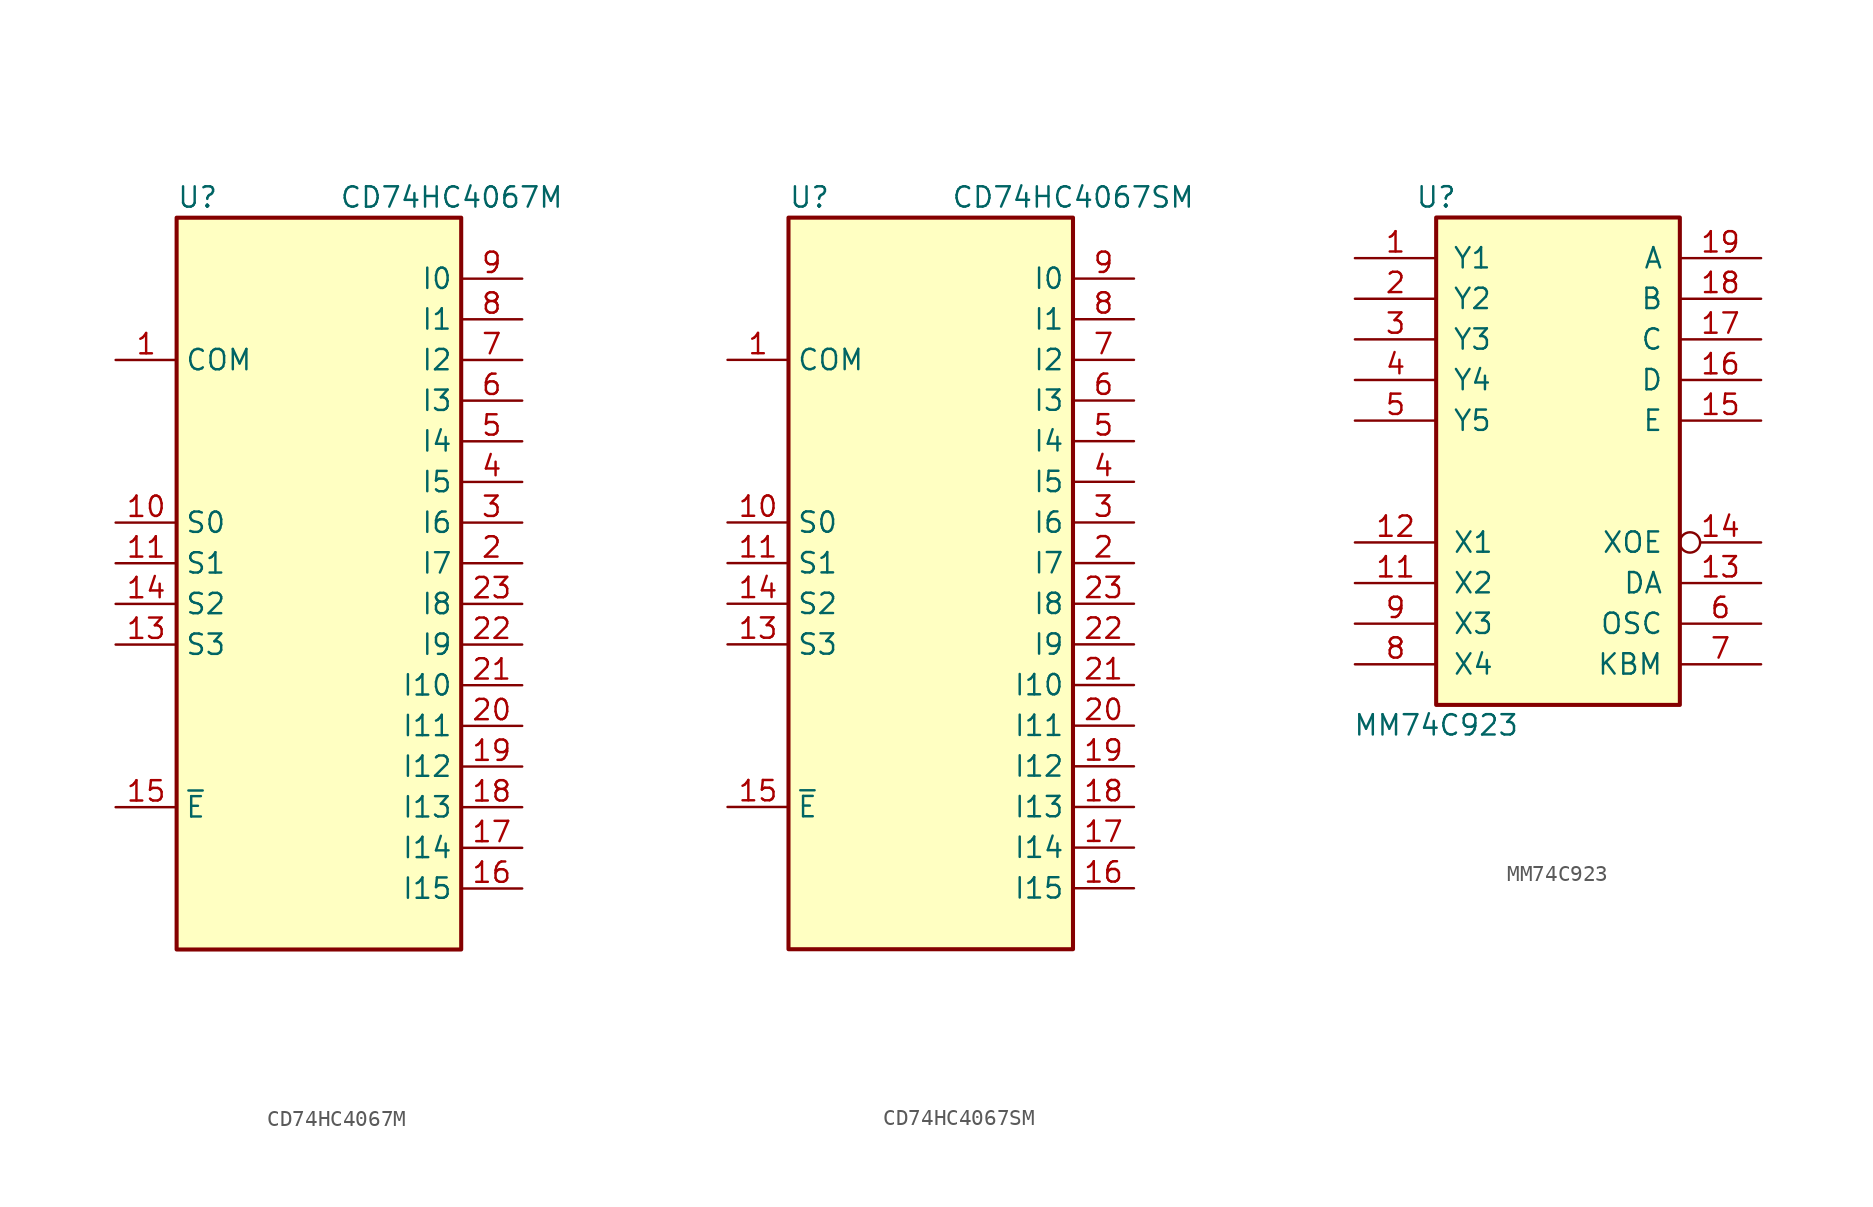
<source format=kicad_sym>
(kicad_symbol_lib
  (version 20231120)
  (generator "kicad_symbol_editor")
  (generator_version "8.0")
  (symbol "CD74HC4067M"
    (property "Reference" "U"
      (at -8.89 22.86 0)
      (effects (font (size 1.27 1.27)) (justify left)))
    (property "Value" "CD74HC4067M"
      (at 1.27 22.86 0)
      (effects (font (size 1.27 1.27)) (justify left)))
    (symbol "CD74HC4067M_0_1"
      (rectangle (start -8.89 21.59) (end 8.89 -24.13) (stroke (width 0.254) (type default)) (fill (type background))))
    (symbol "CD74HC4067M_1_1"
      (pin passive line (at -12.7 12.7 0) (length 3.81) (name "COM" (effects (font (size 1.27 1.27)))) (number "1" (effects (font (size 1.27 1.27)))))
      (pin input line (at -12.7 2.54 0) (length 3.81) (name "S0" (effects (font (size 1.27 1.27)))) (number "10" (effects (font (size 1.27 1.27)))))
      (pin input line (at -12.7 0 0) (length 3.81) (name "S1" (effects (font (size 1.27 1.27)))) (number "11" (effects (font (size 1.27 1.27)))))
      (pin input line (at 0 -27.94 90) (length 3.81) hide (name "GND" (effects (font (size 1.27 1.27)))) (number "12" (effects (font (size 1.27 1.27)))))
      (pin input line (at -12.7 -5.08 0) (length 3.81) (name "S3" (effects (font (size 1.27 1.27)))) (number "13" (effects (font (size 1.27 1.27)))))
      (pin input line (at -12.7 -2.54 0) (length 3.81) (name "S2" (effects (font (size 1.27 1.27)))) (number "14" (effects (font (size 1.27 1.27)))))
      (pin input line (at -12.7 -15.24 0) (length 3.81) (name "~{E}" (effects (font (size 1.27 1.27)))) (number "15" (effects (font (size 1.27 1.27)))))
      (pin passive line (at 12.7 -20.32 180) (length 3.81) (name "I15" (effects (font (size 1.27 1.27)))) (number "16" (effects (font (size 1.27 1.27)))))
      (pin passive line (at 12.7 -17.78 180) (length 3.81) (name "I14" (effects (font (size 1.27 1.27)))) (number "17" (effects (font (size 1.27 1.27)))))
      (pin passive line (at 12.7 -15.24 180) (length 3.81) (name "I13" (effects (font (size 1.27 1.27)))) (number "18" (effects (font (size 1.27 1.27)))))
      (pin passive line (at 12.7 -12.7 180) (length 3.81) (name "I12" (effects (font (size 1.27 1.27)))) (number "19" (effects (font (size 1.27 1.27)))))
      (pin passive line (at 12.7 0 180) (length 3.81) (name "I7" (effects (font (size 1.27 1.27)))) (number "2" (effects (font (size 1.27 1.27)))))
      (pin passive line (at 12.7 -10.16 180) (length 3.81) (name "I11" (effects (font (size 1.27 1.27)))) (number "20" (effects (font (size 1.27 1.27)))))
      (pin passive line (at 12.7 -7.62 180) (length 3.81) (name "I10" (effects (font (size 1.27 1.27)))) (number "21" (effects (font (size 1.27 1.27)))))
      (pin passive line (at 12.7 -5.08 180) (length 3.81) (name "I9" (effects (font (size 1.27 1.27)))) (number "22" (effects (font (size 1.27 1.27)))))
      (pin passive line (at 12.7 -2.54 180) (length 3.81) (name "I8" (effects (font (size 1.27 1.27)))) (number "23" (effects (font (size 1.27 1.27)))))
      (pin input line (at 0 25.4 270) (length 3.81) hide (name "VCC" (effects (font (size 1.27 1.27)))) (number "24" (effects (font (size 1.27 1.27)))))
      (pin passive line (at 12.7 2.54 180) (length 3.81) (name "I6" (effects (font (size 1.27 1.27)))) (number "3" (effects (font (size 1.27 1.27)))))
      (pin passive line (at 12.7 5.08 180) (length 3.81) (name "I5" (effects (font (size 1.27 1.27)))) (number "4" (effects (font (size 1.27 1.27)))))
      (pin passive line (at 12.7 7.62 180) (length 3.81) (name "I4" (effects (font (size 1.27 1.27)))) (number "5" (effects (font (size 1.27 1.27)))))
      (pin passive line (at 12.7 10.16 180) (length 3.81) (name "I3" (effects (font (size 1.27 1.27)))) (number "6" (effects (font (size 1.27 1.27)))))
      (pin passive line (at 12.7 12.7 180) (length 3.81) (name "I2" (effects (font (size 1.27 1.27)))) (number "7" (effects (font (size 1.27 1.27)))))
      (pin passive line (at 12.7 15.24 180) (length 3.81) (name "I1" (effects (font (size 1.27 1.27)))) (number "8" (effects (font (size 1.27 1.27)))))
      (pin passive line (at 12.7 17.78 180) (length 3.81) (name "I0" (effects (font (size 1.27 1.27)))) (number "9" (effects (font (size 1.27 1.27)))))))
  (symbol "CD74HC4067SM"
    (property "Reference" "U"
      (at -8.89 22.86 0)
      (effects (font (size 1.27 1.27)) (justify left)))
    (property "Value" "CD74HC4067SM"
      (at 1.27 22.86 0)
      (effects (font (size 1.27 1.27)) (justify left)))
    (symbol "CD74HC4067SM_0_1"
      (rectangle (start -8.89 21.59) (end 8.89 -24.13) (stroke (width 0.254) (type default)) (fill (type background))))
    (symbol "CD74HC4067SM_1_1"
      (pin passive line (at -12.7 12.7 0) (length 3.81) (name "COM" (effects (font (size 1.27 1.27)))) (number "1" (effects (font (size 1.27 1.27)))))
      (pin input line (at -12.7 2.54 0) (length 3.81) (name "S0" (effects (font (size 1.27 1.27)))) (number "10" (effects (font (size 1.27 1.27)))))
      (pin input line (at -12.7 0 0) (length 3.81) (name "S1" (effects (font (size 1.27 1.27)))) (number "11" (effects (font (size 1.27 1.27)))))
      (pin input line (at 0 -27.94 90) (length 3.81) hide (name "GND" (effects (font (size 1.27 1.27)))) (number "12" (effects (font (size 1.27 1.27)))))
      (pin input line (at -12.7 -5.08 0) (length 3.81) (name "S3" (effects (font (size 1.27 1.27)))) (number "13" (effects (font (size 1.27 1.27)))))
      (pin input line (at -12.7 -2.54 0) (length 3.81) (name "S2" (effects (font (size 1.27 1.27)))) (number "14" (effects (font (size 1.27 1.27)))))
      (pin input line (at -12.7 -15.24 0) (length 3.81) (name "~{E}" (effects (font (size 1.27 1.27)))) (number "15" (effects (font (size 1.27 1.27)))))
      (pin passive line (at 12.7 -20.32 180) (length 3.81) (name "I15" (effects (font (size 1.27 1.27)))) (number "16" (effects (font (size 1.27 1.27)))))
      (pin passive line (at 12.7 -17.78 180) (length 3.81) (name "I14" (effects (font (size 1.27 1.27)))) (number "17" (effects (font (size 1.27 1.27)))))
      (pin passive line (at 12.7 -15.24 180) (length 3.81) (name "I13" (effects (font (size 1.27 1.27)))) (number "18" (effects (font (size 1.27 1.27)))))
      (pin passive line (at 12.7 -12.7 180) (length 3.81) (name "I12" (effects (font (size 1.27 1.27)))) (number "19" (effects (font (size 1.27 1.27)))))
      (pin passive line (at 12.7 0 180) (length 3.81) (name "I7" (effects (font (size 1.27 1.27)))) (number "2" (effects (font (size 1.27 1.27)))))
      (pin passive line (at 12.7 -10.16 180) (length 3.81) (name "I11" (effects (font (size 1.27 1.27)))) (number "20" (effects (font (size 1.27 1.27)))))
      (pin passive line (at 12.7 -7.62 180) (length 3.81) (name "I10" (effects (font (size 1.27 1.27)))) (number "21" (effects (font (size 1.27 1.27)))))
      (pin passive line (at 12.7 -5.08 180) (length 3.81) (name "I9" (effects (font (size 1.27 1.27)))) (number "22" (effects (font (size 1.27 1.27)))))
      (pin passive line (at 12.7 -2.54 180) (length 3.81) (name "I8" (effects (font (size 1.27 1.27)))) (number "23" (effects (font (size 1.27 1.27)))))
      (pin input line (at 0 25.4 270) (length 3.81) hide (name "VCC" (effects (font (size 1.27 1.27)))) (number "24" (effects (font (size 1.27 1.27)))))
      (pin passive line (at 12.7 2.54 180) (length 3.81) (name "I6" (effects (font (size 1.27 1.27)))) (number "3" (effects (font (size 1.27 1.27)))))
      (pin passive line (at 12.7 5.08 180) (length 3.81) (name "I5" (effects (font (size 1.27 1.27)))) (number "4" (effects (font (size 1.27 1.27)))))
      (pin passive line (at 12.7 7.62 180) (length 3.81) (name "I4" (effects (font (size 1.27 1.27)))) (number "5" (effects (font (size 1.27 1.27)))))
      (pin passive line (at 12.7 10.16 180) (length 3.81) (name "I3" (effects (font (size 1.27 1.27)))) (number "6" (effects (font (size 1.27 1.27)))))
      (pin passive line (at 12.7 12.7 180) (length 3.81) (name "I2" (effects (font (size 1.27 1.27)))) (number "7" (effects (font (size 1.27 1.27)))))
      (pin passive line (at 12.7 15.24 180) (length 3.81) (name "I1" (effects (font (size 1.27 1.27)))) (number "8" (effects (font (size 1.27 1.27)))))
      (pin passive line (at 12.7 17.78 180) (length 3.81) (name "I0" (effects (font (size 1.27 1.27)))) (number "9" (effects (font (size 1.27 1.27)))))))
  (symbol "MM74C923"
    (pin_names
      (offset 1.016))
    (property "Reference" "U"
      (at -7.62 16.51 0)
      (effects (font (size 1.27 1.27))))
    (property "Value" "MM74C923"
      (at -7.62 -16.51 0)
      (effects (font (size 1.27 1.27))))
    (property "ki_locked" ""
      (at 0 0 0)
      (effects (font (size 1.27 1.27))))
    (symbol "MM74C923_1_0"
      (pin input line (at -12.7 12.7 0) (length 5.08) (name "Y1" (effects (font (size 1.27 1.27)))) (number "1" (effects (font (size 1.27 1.27)))))
      (pin input line (at 0 -20.32 90) (length 5.08) hide (name "GND" (effects (font (size 1.27 1.27)))) (number "10" (effects (font (size 1.27 1.27)))))
      (pin output line (at -12.7 -7.62 0) (length 5.08) (name "X2" (effects (font (size 1.27 1.27)))) (number "11" (effects (font (size 1.27 1.27)))))
      (pin output line (at -12.7 -5.08 0) (length 5.08) (name "X1" (effects (font (size 1.27 1.27)))) (number "12" (effects (font (size 1.27 1.27)))))
      (pin output line (at 12.7 -7.62 180) (length 5.08) (name "DA" (effects (font (size 1.27 1.27)))) (number "13" (effects (font (size 1.27 1.27)))))
      (pin input inverted (at 12.7 -5.08 180) (length 5.08) (name "XOE" (effects (font (size 1.27 1.27)))) (number "14" (effects (font (size 1.27 1.27)))))
      (pin tri_state line (at 12.7 2.54 180) (length 5.08) (name "E" (effects (font (size 1.27 1.27)))) (number "15" (effects (font (size 1.27 1.27)))))
      (pin tri_state line (at 12.7 5.08 180) (length 5.08) (name "D" (effects (font (size 1.27 1.27)))) (number "16" (effects (font (size 1.27 1.27)))))
      (pin tri_state line (at 12.7 7.62 180) (length 5.08) (name "C" (effects (font (size 1.27 1.27)))) (number "17" (effects (font (size 1.27 1.27)))))
      (pin tri_state line (at 12.7 10.16 180) (length 5.08) (name "B" (effects (font (size 1.27 1.27)))) (number "18" (effects (font (size 1.27 1.27)))))
      (pin tri_state line (at 12.7 12.7 180) (length 5.08) (name "A" (effects (font (size 1.27 1.27)))) (number "19" (effects (font (size 1.27 1.27)))))
      (pin input line (at -12.7 10.16 0) (length 5.08) (name "Y2" (effects (font (size 1.27 1.27)))) (number "2" (effects (font (size 1.27 1.27)))))
      (pin input line (at 0 20.32 270) (length 5.08) hide (name "VCC" (effects (font (size 1.27 1.27)))) (number "20" (effects (font (size 1.27 1.27)))))
      (pin input line (at -12.7 7.62 0) (length 5.08) (name "Y3" (effects (font (size 1.27 1.27)))) (number "3" (effects (font (size 1.27 1.27)))))
      (pin input line (at -12.7 5.08 0) (length 5.08) (name "Y4" (effects (font (size 1.27 1.27)))) (number "4" (effects (font (size 1.27 1.27)))))
      (pin input line (at -12.7 2.54 0) (length 5.08) (name "Y5" (effects (font (size 1.27 1.27)))) (number "5" (effects (font (size 1.27 1.27)))))
      (pin input line (at 12.7 -10.16 180) (length 5.08) (name "OSC" (effects (font (size 1.27 1.27)))) (number "6" (effects (font (size 1.27 1.27)))))
      (pin input line (at 12.7 -12.7 180) (length 5.08) (name "KBM" (effects (font (size 1.27 1.27)))) (number "7" (effects (font (size 1.27 1.27)))))
      (pin output line (at -12.7 -12.7 0) (length 5.08) (name "X4" (effects (font (size 1.27 1.27)))) (number "8" (effects (font (size 1.27 1.27)))))
      (pin output line (at -12.7 -10.16 0) (length 5.08) (name "X3" (effects (font (size 1.27 1.27)))) (number "9" (effects (font (size 1.27 1.27))))))
    (symbol "MM74C923_1_1"
      (rectangle (start -7.62 15.24) (end 7.62 -15.24) (stroke (width 0.254) (type default)) (fill (type background))))))
</source>
